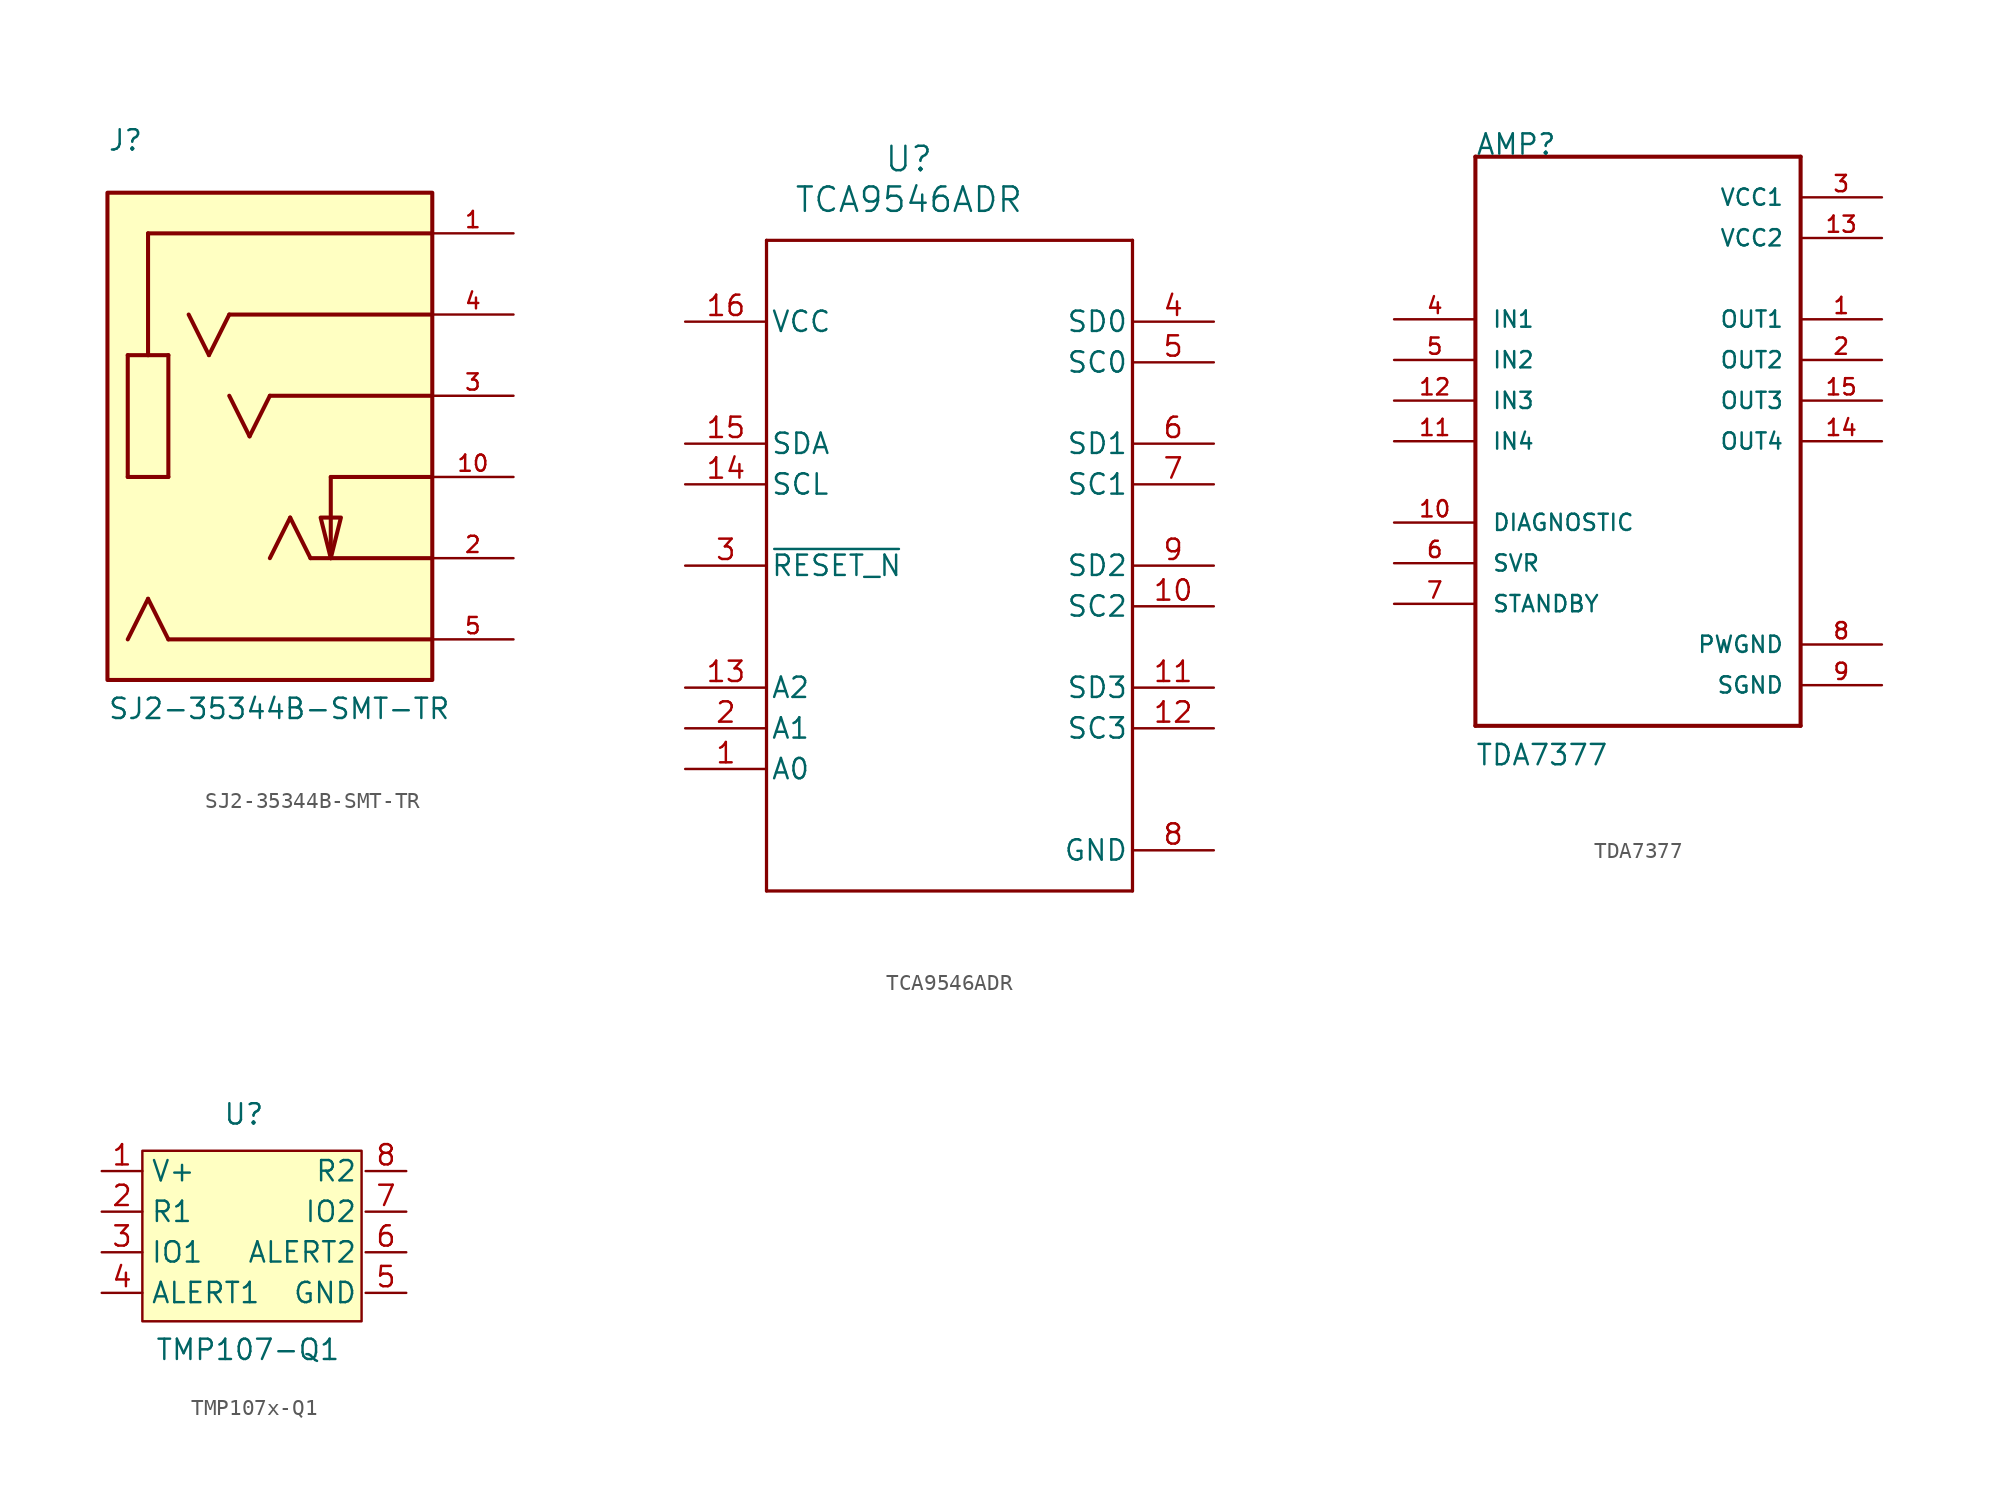
<source format=kicad_sym>
(kicad_symbol_lib
  (version 20220914)
  (generator kicad_symbol_editor)
  (symbol "SJ2-35344B-SMT-TR"
    (pin_names
      (offset 1.016) hide)
    (property "Reference" "J"
      (at -10.16 17.78 0)
      (effects (font (size 1.27 1.27)) (justify left bottom)))
    (property "Value" "SJ2-35344B-SMT-TR"
      (at -10.16 -17.78 0)
      (effects (font (size 1.27 1.27)) (justify left bottom)))
    (symbol "SJ2-35344B-SMT-TR_0_0"
      (rectangle (start -10.16 -15.24) (end 10.16 15.24) (stroke (width 0.254) (type solid)) (fill (type background)))
      (polyline (pts (xy -8.89 -12.7) (xy -7.62 -10.16)) (stroke (width 0.254) (type solid)) (fill (type none)))
      (polyline (pts (xy -8.89 -2.54) (xy -6.35 -2.54)) (stroke (width 0.254) (type solid)) (fill (type none)))
      (polyline (pts (xy -8.89 5.08) (xy -8.89 -2.54)) (stroke (width 0.254) (type solid)) (fill (type none)))
      (polyline (pts (xy -8.89 5.08) (xy -7.62 5.08)) (stroke (width 0.254) (type solid)) (fill (type none)))
      (polyline (pts (xy -7.62 -10.16) (xy -6.35 -12.7)) (stroke (width 0.254) (type solid)) (fill (type none)))
      (polyline (pts (xy -7.62 12.7) (xy -7.62 5.08)) (stroke (width 0.254) (type solid)) (fill (type none)))
      (polyline (pts (xy -6.35 -2.54) (xy -6.35 5.08)) (stroke (width 0.254) (type solid)) (fill (type none)))
      (polyline (pts (xy -6.35 5.08) (xy -7.62 5.08)) (stroke (width 0.254) (type solid)) (fill (type none)))
      (polyline (pts (xy -3.81 5.08) (xy -5.08 7.62)) (stroke (width 0.254) (type solid)) (fill (type none)))
      (polyline (pts (xy -2.54 7.62) (xy -3.81 5.08)) (stroke (width 0.254) (type solid)) (fill (type none)))
      (polyline (pts (xy -1.27 0) (xy -2.54 2.54)) (stroke (width 0.254) (type solid)) (fill (type none)))
      (polyline (pts (xy 0 2.54) (xy -1.27 0)) (stroke (width 0.254) (type solid)) (fill (type none)))
      (polyline (pts (xy 1.27 -5.08) (xy 0 -7.62)) (stroke (width 0.254) (type solid)) (fill (type none)))
      (polyline (pts (xy 2.54 -7.62) (xy 1.27 -5.08)) (stroke (width 0.254) (type solid)) (fill (type none)))
      (polyline (pts (xy 2.54 -7.62) (xy 3.81 -7.62)) (stroke (width 0.254) (type solid)) (fill (type none)))
      (polyline (pts (xy 3.81 -7.62) (xy 10.16 -7.62)) (stroke (width 0.254) (type solid)) (fill (type none)))
      (polyline (pts (xy 3.81 -2.54) (xy 3.81 -7.62)) (stroke (width 0.254) (type solid)) (fill (type none)))
      (polyline (pts (xy 10.16 -12.7) (xy -6.35 -12.7)) (stroke (width 0.254) (type solid)) (fill (type none)))
      (polyline (pts (xy 10.16 -2.54) (xy 3.81 -2.54)) (stroke (width 0.254) (type solid)) (fill (type none)))
      (polyline (pts (xy 10.16 2.54) (xy 0 2.54)) (stroke (width 0.254) (type solid)) (fill (type none)))
      (polyline (pts (xy 10.16 7.62) (xy -2.54 7.62)) (stroke (width 0.254) (type solid)) (fill (type none)))
      (polyline (pts (xy 10.16 12.7) (xy -7.62 12.7)) (stroke (width 0.254) (type solid)) (fill (type none)))
      (polyline (pts (xy 3.81 -7.62) (xy 3.175 -5.08) (xy 4.445 -5.08) (xy 3.81 -7.62)) (stroke (width 0.254) (type solid)) (fill (type background)))
      (pin passive line (at 15.24 12.7 180) (length 5.08) (name "~" (effects (font (size 1.016 1.016)))) (number "1" (effects (font (size 1.016 1.016)))))
      (pin passive line (at 15.24 -2.54 180) (length 5.08) (name "~" (effects (font (size 1.016 1.016)))) (number "10" (effects (font (size 1.016 1.016)))))
      (pin passive line (at 15.24 -7.62 180) (length 5.08) (name "~" (effects (font (size 1.016 1.016)))) (number "2" (effects (font (size 1.016 1.016)))))
      (pin passive line (at 15.24 2.54 180) (length 5.08) (name "~" (effects (font (size 1.016 1.016)))) (number "3" (effects (font (size 1.016 1.016)))))
      (pin passive line (at 15.24 7.62 180) (length 5.08) (name "~" (effects (font (size 1.016 1.016)))) (number "4" (effects (font (size 1.016 1.016)))))
      (pin passive line (at 15.24 -12.7 180) (length 5.08) (name "~" (effects (font (size 1.016 1.016)))) (number "5" (effects (font (size 1.016 1.016)))))))
  (symbol "TCA9546ADR"
    (pin_names
      (offset 0.254))
    (property "Reference" "U"
      (at 13.97 10.16 0)
      (effects (font (size 1.524 1.524))))
    (property "Value" "TCA9546ADR"
      (at 13.97 7.62 0)
      (effects (font (size 1.524 1.524))))
    (symbol "TCA9546ADR_0_1"
      (polyline (pts (xy 5.08 -35.56) (xy 27.94 -35.56)) (stroke (width 0.203) (type default)) (fill (type none)))
      (polyline (pts (xy 5.08 5.08) (xy 5.08 -35.56)) (stroke (width 0.203) (type default)) (fill (type none)))
      (polyline (pts (xy 27.94 -35.56) (xy 27.94 5.08)) (stroke (width 0.203) (type default)) (fill (type none)))
      (polyline (pts (xy 27.94 5.08) (xy 5.08 5.08)) (stroke (width 0.203) (type default)) (fill (type none)))
      (pin input line (at 0 -27.94 0) (length 5.08) (name "A0" (effects (font (size 1.27 1.27)))) (number "1" (effects (font (size 1.27 1.27)))))
      (pin bidirectional line (at 33.02 -17.78 180) (length 5.08) (name "SC2" (effects (font (size 1.27 1.27)))) (number "10" (effects (font (size 1.27 1.27)))))
      (pin bidirectional line (at 33.02 -22.86 180) (length 5.08) (name "SD3" (effects (font (size 1.27 1.27)))) (number "11" (effects (font (size 1.27 1.27)))))
      (pin bidirectional line (at 33.02 -25.4 180) (length 5.08) (name "SC3" (effects (font (size 1.27 1.27)))) (number "12" (effects (font (size 1.27 1.27)))))
      (pin input line (at 0 -22.86 0) (length 5.08) (name "A2" (effects (font (size 1.27 1.27)))) (number "13" (effects (font (size 1.27 1.27)))))
      (pin bidirectional line (at 0 -10.16 0) (length 5.08) (name "SCL" (effects (font (size 1.27 1.27)))) (number "14" (effects (font (size 1.27 1.27)))))
      (pin bidirectional line (at 0 -7.62 0) (length 5.08) (name "SDA" (effects (font (size 1.27 1.27)))) (number "15" (effects (font (size 1.27 1.27)))))
      (pin power_in line (at 0 0 0) (length 5.08) (name "VCC" (effects (font (size 1.27 1.27)))) (number "16" (effects (font (size 1.27 1.27)))))
      (pin input line (at 0 -25.4 0) (length 5.08) (name "A1" (effects (font (size 1.27 1.27)))) (number "2" (effects (font (size 1.27 1.27)))))
      (pin bidirectional line (at 33.02 0 180) (length 5.08) (name "SD0" (effects (font (size 1.27 1.27)))) (number "4" (effects (font (size 1.27 1.27)))))
      (pin bidirectional line (at 33.02 -2.54 180) (length 5.08) (name "SC0" (effects (font (size 1.27 1.27)))) (number "5" (effects (font (size 1.27 1.27)))))
      (pin bidirectional line (at 33.02 -7.62 180) (length 5.08) (name "SD1" (effects (font (size 1.27 1.27)))) (number "6" (effects (font (size 1.27 1.27)))))
      (pin bidirectional line (at 33.02 -10.16 180) (length 5.08) (name "SC1" (effects (font (size 1.27 1.27)))) (number "7" (effects (font (size 1.27 1.27)))))
      (pin power_in line (at 33.02 -33.02 180) (length 5.08) (name "GND" (effects (font (size 1.27 1.27)))) (number "8" (effects (font (size 1.27 1.27)))))
      (pin bidirectional line (at 33.02 -15.24 180) (length 5.08) (name "SD2" (effects (font (size 1.27 1.27)))) (number "9" (effects (font (size 1.27 1.27))))))
    (symbol "TCA9546ADR_1_1"
      (pin input line (at 0 -15.24 0) (length 5.08) (name "~{RESET_N}" (effects (font (size 1.27 1.27)))) (number "3" (effects (font (size 1.27 1.27)))))))
  (symbol "TDA7377"
    (pin_names
      (offset 1.016))
    (property "Reference" "AMP"
      (at -10.16 17.805 0)
      (effects (font (size 1.27 1.27)) (justify left bottom)))
    (property "Value" "TDA7377"
      (at -10.185 -20.345 0)
      (effects (font (size 1.27 1.27)) (justify left bottom)))
    (property "ki_locked" ""
      (at 0 0 0)
      (effects (font (size 1.27 1.27))))
    (symbol "TDA7377_0_0"
      (polyline (pts (xy -10.16 -17.78) (xy -10.16 17.78)) (stroke (width 0.254) (type solid)) (fill (type none)))
      (polyline (pts (xy -10.16 17.78) (xy 10.16 17.78)) (stroke (width 0.254) (type solid)) (fill (type none)))
      (polyline (pts (xy 10.16 -17.78) (xy -10.16 -17.78)) (stroke (width 0.254) (type solid)) (fill (type none)))
      (polyline (pts (xy 10.16 17.78) (xy 10.16 -17.78)) (stroke (width 0.254) (type solid)) (fill (type none)))
      (pin output line (at 15.24 7.62 180) (length 5.08) (name "OUT1" (effects (font (size 1.016 1.016)))) (number "1" (effects (font (size 1.016 1.016)))))
      (pin passive line (at -15.24 -5.08 0) (length 5.08) (name "DIAGNOSTIC" (effects (font (size 1.016 1.016)))) (number "10" (effects (font (size 1.016 1.016)))))
      (pin input line (at -15.24 0 0) (length 5.08) (name "IN4" (effects (font (size 1.016 1.016)))) (number "11" (effects (font (size 1.016 1.016)))))
      (pin input line (at -15.24 2.54 0) (length 5.08) (name "IN3" (effects (font (size 1.016 1.016)))) (number "12" (effects (font (size 1.016 1.016)))))
      (pin power_in line (at 15.24 12.7 180) (length 5.08) (name "VCC2" (effects (font (size 1.016 1.016)))) (number "13" (effects (font (size 1.016 1.016)))))
      (pin output line (at 15.24 0 180) (length 5.08) (name "OUT4" (effects (font (size 1.016 1.016)))) (number "14" (effects (font (size 1.016 1.016)))))
      (pin output line (at 15.24 2.54 180) (length 5.08) (name "OUT3" (effects (font (size 1.016 1.016)))) (number "15" (effects (font (size 1.016 1.016)))))
      (pin output line (at 15.24 5.08 180) (length 5.08) (name "OUT2" (effects (font (size 1.016 1.016)))) (number "2" (effects (font (size 1.016 1.016)))))
      (pin power_in line (at 15.24 15.24 180) (length 5.08) (name "VCC1" (effects (font (size 1.016 1.016)))) (number "3" (effects (font (size 1.016 1.016)))))
      (pin input line (at -15.24 7.62 0) (length 5.08) (name "IN1" (effects (font (size 1.016 1.016)))) (number "4" (effects (font (size 1.016 1.016)))))
      (pin input line (at -15.24 5.08 0) (length 5.08) (name "IN2" (effects (font (size 1.016 1.016)))) (number "5" (effects (font (size 1.016 1.016)))))
      (pin passive line (at -15.24 -7.62 0) (length 5.08) (name "SVR" (effects (font (size 1.016 1.016)))) (number "6" (effects (font (size 1.016 1.016)))))
      (pin passive line (at -15.24 -10.16 0) (length 5.08) (name "STANDBY" (effects (font (size 1.016 1.016)))) (number "7" (effects (font (size 1.016 1.016)))))
      (pin passive line (at 15.24 -12.7 180) (length 5.08) (name "PWGND" (effects (font (size 1.016 1.016)))) (number "8" (effects (font (size 1.016 1.016)))))
      (pin passive line (at 15.24 -15.24 180) (length 5.08) (name "SGND" (effects (font (size 1.016 1.016)))) (number "9" (effects (font (size 1.016 1.016)))))))
  (symbol "TMP107x-Q1"
    (property "Reference" "U"
      (at 0 4.826 0)
      (effects (font (size 1.27 1.27))))
    (property "Value" "TMP107-Q1"
      (at 0.254 -9.906 0)
      (effects (font (size 1.27 1.27))))
    (symbol "TMP107x-Q1_0_1"
      (rectangle (start -6.35 2.54) (end 7.366 -8.128) (stroke (width 0) (type default)) (fill (type background))))
    (symbol "TMP107x-Q1_1_1"
      (pin passive line (at -8.89 1.27 0) (length 2.54) (name "V+" (effects (font (size 1.27 1.27)))) (number "1" (effects (font (size 1.27 1.27)))))
      (pin passive line (at -8.89 -1.27 0) (length 2.54) (name "R1" (effects (font (size 1.27 1.27)))) (number "2" (effects (font (size 1.27 1.27)))))
      (pin passive line (at -8.89 -3.81 0) (length 2.54) (name "IO1" (effects (font (size 1.27 1.27)))) (number "3" (effects (font (size 1.27 1.27)))))
      (pin passive line (at -8.89 -6.35 0) (length 2.54) (name "ALERT1" (effects (font (size 1.27 1.27)))) (number "4" (effects (font (size 1.27 1.27)))))
      (pin passive line (at 10.16 -6.35 180) (length 2.54) (name "GND" (effects (font (size 1.27 1.27)))) (number "5" (effects (font (size 1.27 1.27)))))
      (pin passive line (at 10.16 -3.81 180) (length 2.54) (name "ALERT2" (effects (font (size 1.27 1.27)))) (number "6" (effects (font (size 1.27 1.27)))))
      (pin passive line (at 10.16 -1.27 180) (length 2.54) (name "IO2" (effects (font (size 1.27 1.27)))) (number "7" (effects (font (size 1.27 1.27)))))
      (pin passive line (at 10.16 1.27 180) (length 2.54) (name "R2" (effects (font (size 1.27 1.27)))) (number "8" (effects (font (size 1.27 1.27))))))))
</source>
